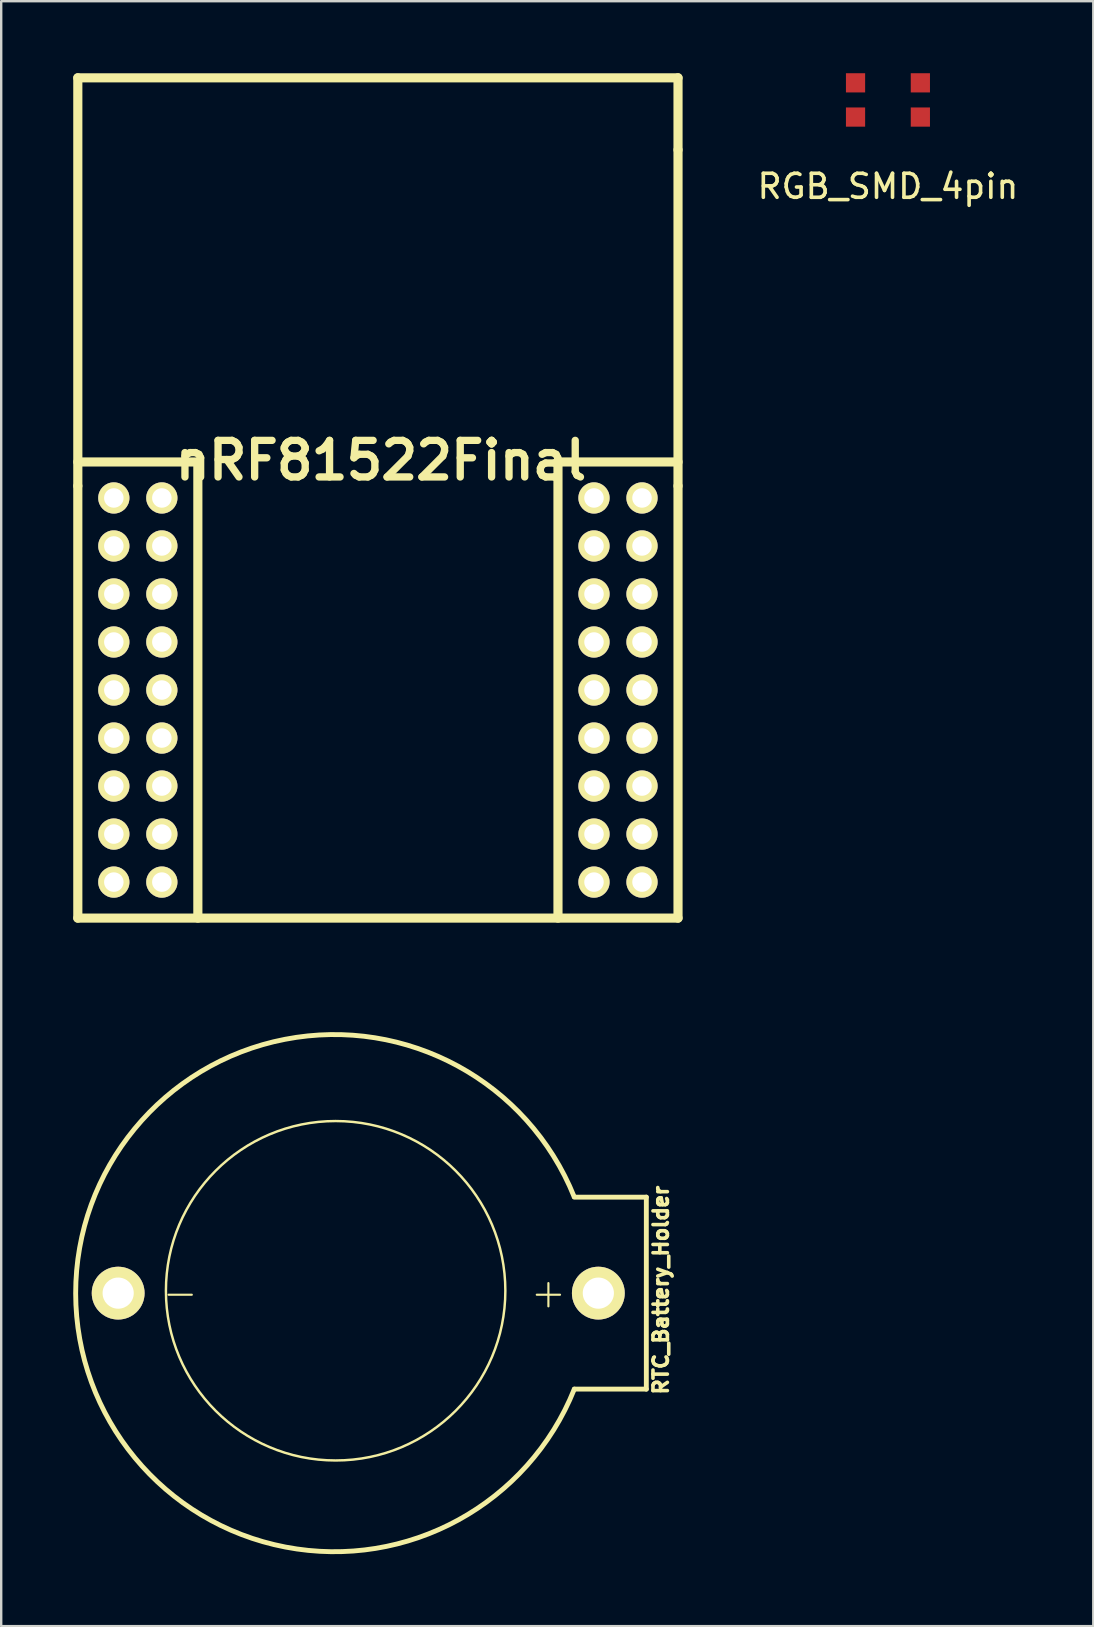
<source format=kicad_pcb>
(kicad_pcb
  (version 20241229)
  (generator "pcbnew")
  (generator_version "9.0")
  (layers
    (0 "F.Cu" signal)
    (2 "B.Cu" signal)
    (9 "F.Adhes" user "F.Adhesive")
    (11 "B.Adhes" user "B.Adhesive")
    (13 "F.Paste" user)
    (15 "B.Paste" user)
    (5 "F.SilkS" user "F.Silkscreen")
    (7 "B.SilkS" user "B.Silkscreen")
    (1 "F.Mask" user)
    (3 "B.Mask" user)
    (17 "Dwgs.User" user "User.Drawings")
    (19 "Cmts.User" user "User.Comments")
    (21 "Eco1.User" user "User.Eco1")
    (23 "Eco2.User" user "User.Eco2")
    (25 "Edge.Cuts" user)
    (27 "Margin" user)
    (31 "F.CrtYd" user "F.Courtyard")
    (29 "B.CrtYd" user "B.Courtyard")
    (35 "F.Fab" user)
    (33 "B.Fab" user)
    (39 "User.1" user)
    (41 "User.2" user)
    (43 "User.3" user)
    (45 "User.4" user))
  (footprint "RTC_Battery_Holder"
    (layer "F.Cu")
    (at 1.872 50.812)
    (property "Reference" "RTC_Battery_Holder" (at 22.606 -0.127 90) (layer "F.SilkS") (effects (font (size 0.6 0.6) (thickness 0.15))))
    (attr exclude_from_pos_files exclude_from_bom)
    (fp_line (start 18.999 -3.998) (end 21.999 -3.998) (stroke (width 0.203) (type solid)) (layer "F.SilkS"))
    (fp_line (start 21.999 -3.998) (end 21.999 3.998) (stroke (width 0.203) (type solid)) (layer "F.SilkS"))
    (fp_line (start 21.999 3.998) (end 18.999 3.998) (stroke (width 0.203) (type solid)) (layer "F.SilkS"))
    (fp_arc (start 18.9992 3.99796) (mid -1.770328 0.01102) (end 18.990997 -4.018417) (stroke (width 0.2032) (type solid)) (layer "F.SilkS"))
    (fp_circle (center 9.058 -0.099) (end 14.056 -5.098) (stroke (width 0.102) (type solid)) (fill no) (layer "F.SilkS"))
    (fp_text user "-" (at 2.583 -0.033 0) (layer "F.SilkS") (effects (font (size 1.27 1.27) (thickness 0.089))))
    (fp_text user "+" (at 17.92 -0.033 0) (layer "F.SilkS") (effects (font (size 1.27 1.27) (thickness 0.089))))
    (pad "1" thru_hole circle (at 20 0) (size 2.2 2.2) (drill 1.298) (layers "*.Cu" "*.Mask" "F.SilkS" "F.Paste"))
    (pad "2" thru_hole circle (at 0 0) (size 2.2 2.2) (drill 1.298) (layers "*.Cu" "*.Mask" "F.SilkS" "F.Paste")))
  (footprint "nRF81522Final"
    (layer "F.Cu")
    (at 12.691 36.691)
    (property "Reference" "nRF81522Final" (at 0.127 -20.564 0) (layer "F.SilkS") (effects (font (size 1.524 1.524) (thickness 0.305))))
    (attr through_hole)
    (fp_line (start -12.5 -36.5) (end 12.5 -36.5) (stroke (width 0.381) (type solid)) (layer "F.SilkS"))
    (fp_line (start -12.5 -20.5) (end -8 -20.5) (stroke (width 0.381) (type solid)) (layer "F.SilkS"))
    (fp_line (start -12.5 -19.5) (end -12.5 -36.5) (stroke (width 0.381) (type solid)) (layer "F.SilkS"))
    (fp_line (start -12.5 -1.5) (end -12.5 -19.5) (stroke (width 0.381) (type solid)) (layer "F.SilkS"))
    (fp_line (start -12.5 -1.5) (end 12.5 -1.5) (stroke (width 0.381) (type solid)) (layer "F.SilkS"))
    (fp_line (start -8 -20.5) (end -7.5 -20.5) (stroke (width 0.381) (type solid)) (layer "F.SilkS"))
    (fp_line (start -7.5 -20.5) (end -7.5 -1.5) (stroke (width 0.381) (type solid)) (layer "F.SilkS"))
    (fp_line (start 7.5 -20.5) (end 7.5 -1.5) (stroke (width 0.381) (type solid)) (layer "F.SilkS"))
    (fp_line (start 12.5 -36.5) (end 12.5 -33.5) (stroke (width 0.381) (type solid)) (layer "F.SilkS"))
    (fp_line (start 12.5 -20.5) (end 7.5 -20.5) (stroke (width 0.381) (type solid)) (layer "F.SilkS"))
    (fp_line (start 12.5 -19.5) (end 12.5 -33.5) (stroke (width 0.381) (type solid)) (layer "F.SilkS"))
    (fp_line (start 12.5 -1.5) (end 12.5 -19.5) (stroke (width 0.381) (type solid)) (layer "F.SilkS"))
    (pad "1" thru_hole circle (at -11 -19) (size 1.3 1.3) (drill 0.813) (layers "*.Cu" "*.Mask" "F.SilkS"))
    (pad "2" thru_hole circle (at -9 -19) (size 1.3 1.3) (drill 0.813) (layers "*.Cu" "*.Mask" "F.SilkS"))
    (pad "3" thru_hole circle (at -11 -17) (size 1.3 1.3) (drill 0.813) (layers "*.Cu" "*.Mask" "F.SilkS"))
    (pad "4" thru_hole circle (at -9 -17) (size 1.3 1.3) (drill 0.813) (layers "*.Cu" "*.Mask" "F.SilkS"))
    (pad "5" thru_hole circle (at -11 -15) (size 1.3 1.3) (drill 0.813) (layers "*.Cu" "*.Mask" "F.SilkS"))
    (pad "6" thru_hole circle (at -9 -15) (size 1.3 1.3) (drill 0.813) (layers "*.Cu" "*.Mask" "F.SilkS"))
    (pad "7" thru_hole circle (at -11 -13) (size 1.3 1.3) (drill 0.813) (layers "*.Cu" "*.Mask" "F.SilkS"))
    (pad "8" thru_hole circle (at -9 -13) (size 1.3 1.3) (drill 0.813) (layers "*.Cu" "*.Mask" "F.SilkS"))
    (pad "9" thru_hole circle (at -11 -11) (size 1.3 1.3) (drill 0.813) (layers "*.Cu" "*.Mask" "F.SilkS"))
    (pad "10" thru_hole circle (at -9 -11) (size 1.3 1.3) (drill 0.813) (layers "*.Cu" "*.Mask" "F.SilkS"))
    (pad "11" thru_hole circle (at -11 -9) (size 1.3 1.3) (drill 0.813) (layers "*.Cu" "*.Mask" "F.SilkS"))
    (pad "12" thru_hole circle (at -9 -9) (size 1.3 1.3) (drill 0.813) (layers "*.Cu" "*.Mask" "F.SilkS"))
    (pad "13" thru_hole circle (at -11 -7) (size 1.3 1.3) (drill 0.813) (layers "*.Cu" "*.Mask" "F.SilkS"))
    (pad "14" thru_hole circle (at -9 -7) (size 1.3 1.3) (drill 0.813) (layers "*.Cu" "*.Mask" "F.SilkS"))
    (pad "15" thru_hole circle (at -11 -5) (size 1.3 1.3) (drill 0.813) (layers "*.Cu" "*.Mask" "F.SilkS"))
    (pad "16" thru_hole circle (at -9 -5) (size 1.3 1.3) (drill 0.813) (layers "*.Cu" "*.Mask" "F.SilkS"))
    (pad "17" thru_hole circle (at -11 -3) (size 1.3 1.3) (drill 0.813) (layers "*.Cu" "*.Mask" "F.SilkS"))
    (pad "18" thru_hole circle (at -9 -3) (size 1.3 1.3) (drill 0.813) (layers "*.Cu" "*.Mask" "F.SilkS"))
    (pad "19" thru_hole circle (at 11 -3) (size 1.3 1.3) (drill 0.813) (layers "*.Cu" "*.Mask" "F.SilkS"))
    (pad "20" thru_hole circle (at 9 -3) (size 1.3 1.3) (drill 0.813) (layers "*.Cu" "*.Mask" "F.SilkS"))
    (pad "21" thru_hole circle (at 11 -5) (size 1.3 1.3) (drill 0.813) (layers "*.Cu" "*.Mask" "F.SilkS"))
    (pad "22" thru_hole circle (at 9 -5) (size 1.3 1.3) (drill 0.813) (layers "*.Cu" "*.Mask" "F.SilkS"))
    (pad "23" thru_hole circle (at 11 -7) (size 1.3 1.3) (drill 0.813) (layers "*.Cu" "*.Mask" "F.SilkS"))
    (pad "24" thru_hole circle (at 9 -7) (size 1.3 1.3) (drill 0.813) (layers "*.Cu" "*.Mask" "F.SilkS"))
    (pad "25" thru_hole circle (at 11 -9) (size 1.3 1.3) (drill 0.813) (layers "*.Cu" "*.Mask" "F.SilkS"))
    (pad "26" thru_hole circle (at 9 -9) (size 1.3 1.3) (drill 0.813) (layers "*.Cu" "*.Mask" "F.SilkS"))
    (pad "27" thru_hole circle (at 11 -11) (size 1.3 1.3) (drill 0.813) (layers "*.Cu" "*.Mask" "F.SilkS"))
    (pad "28" thru_hole circle (at 9 -11) (size 1.3 1.3) (drill 0.813) (layers "*.Cu" "*.Mask" "F.SilkS"))
    (pad "29" thru_hole circle (at 11 -13) (size 1.3 1.3) (drill 0.813) (layers "*.Cu" "*.Mask" "F.SilkS"))
    (pad "30" thru_hole circle (at 9 -13) (size 1.3 1.3) (drill 0.813) (layers "*.Cu" "*.Mask" "F.SilkS"))
    (pad "31" thru_hole circle (at 11 -15) (size 1.3 1.3) (drill 0.813) (layers "*.Cu" "*.Mask" "F.SilkS"))
    (pad "32" thru_hole circle (at 9 -15) (size 1.3 1.3) (drill 0.813) (layers "*.Cu" "*.Mask" "F.SilkS"))
    (pad "33" thru_hole circle (at 11 -17) (size 1.3 1.3) (drill 0.813) (layers "*.Cu" "*.Mask" "F.SilkS"))
    (pad "34" thru_hole circle (at 9 -17) (size 1.3 1.3) (drill 0.813) (layers "*.Cu" "*.Mask" "F.SilkS"))
    (pad "35" thru_hole circle (at 11 -19) (size 1.3 1.3) (drill 0.813) (layers "*.Cu" "*.Mask" "F.SilkS"))
    (pad "36" thru_hole circle (at 9 -19) (size 1.3 1.3) (drill 0.813) (layers "*.Cu" "*.Mask" "F.SilkS")))
  (footprint "RGB_SMD_4pin"
    (layer "F.Cu")
    (at 33.935 1.113)
    (property "Reference" "RGB_SMD_4pin" (at 0 3.6 0) (layer "F.SilkS") (effects (font (size 1 1) (thickness 0.15))))
    (attr through_hole)
    (pad "1" smd rect (at -1.35 0.713) (size 0.8 0.8) (layers "F.Cu" "F.Mask" "F.Paste"))
    (pad "2" smd rect (at 1.35 0.713) (size 0.8 0.8) (layers "F.Cu" "F.Mask" "F.Paste"))
    (pad "3" smd rect (at -1.35 -0.713) (size 0.8 0.8) (layers "F.Cu" "F.Mask" "F.Paste"))
    (pad "4" smd rect (at 1.35 -0.713) (size 0.8 0.8) (layers "F.Cu" "F.Mask" "F.Paste")))
  (gr_rect
    (start -3 -3)
    (end 42.488 64.683)
    (stroke (width 0.1) (type default))
    (fill no)
    (layer "Edge.Cuts")))
</source>
